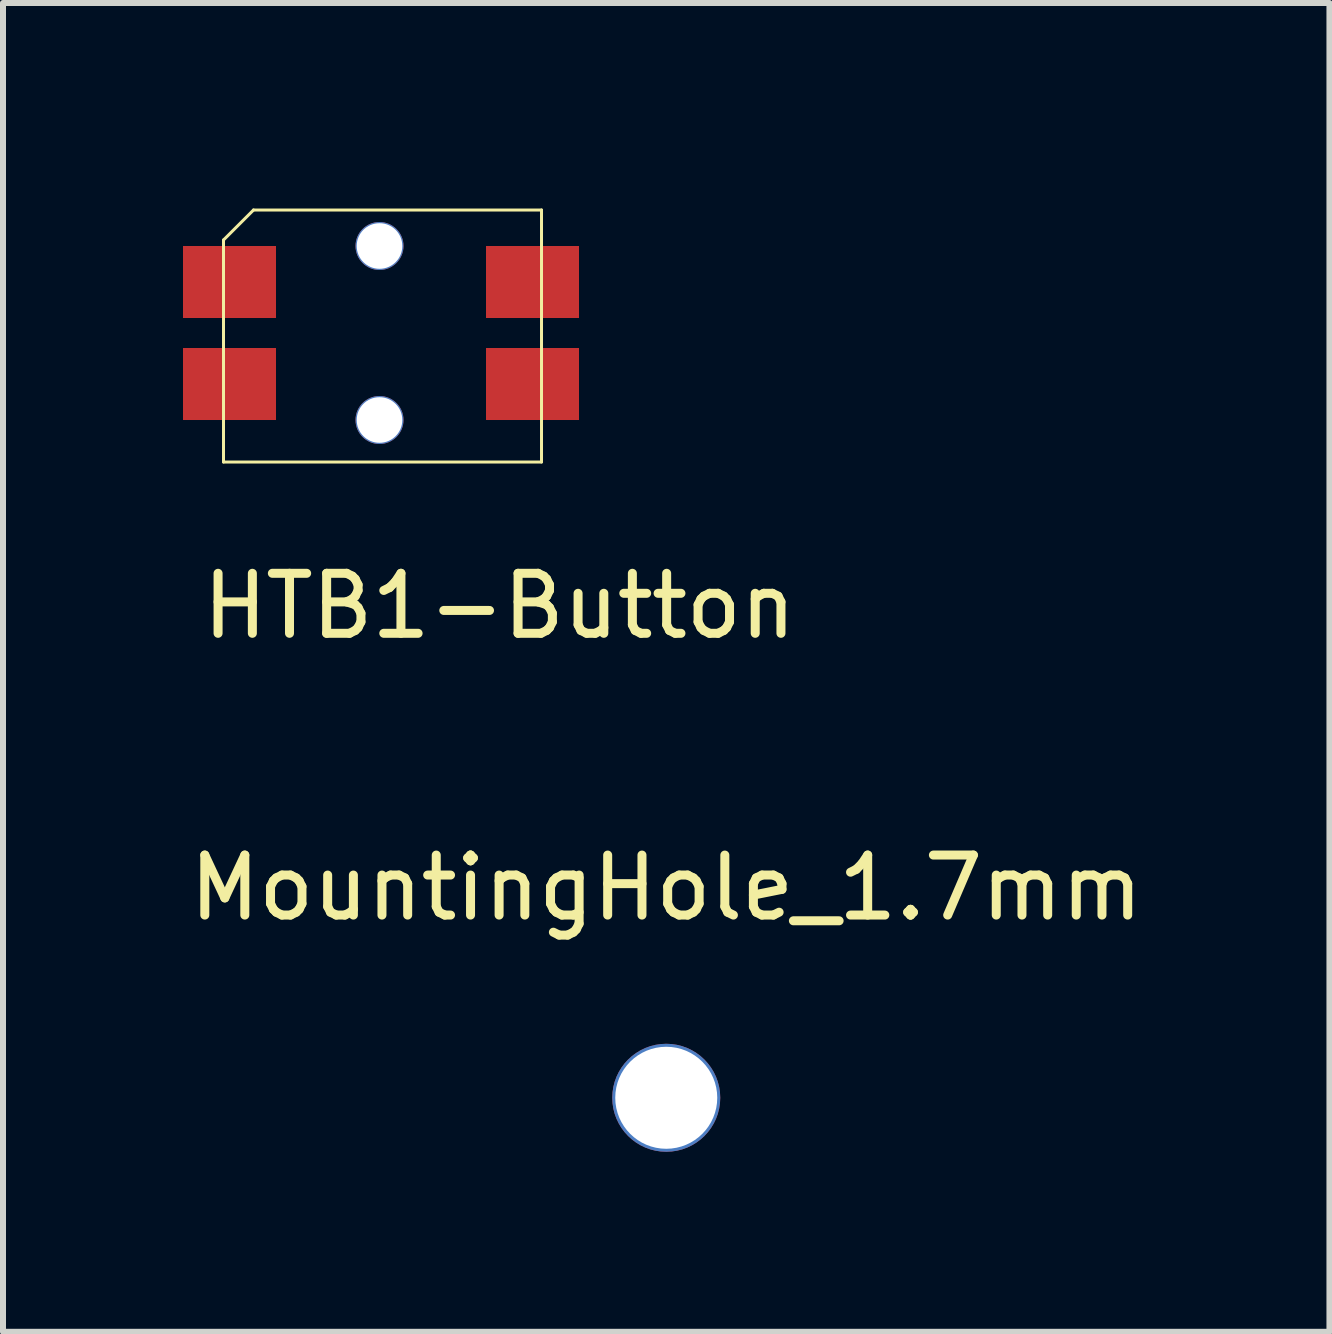
<source format=kicad_pcb>
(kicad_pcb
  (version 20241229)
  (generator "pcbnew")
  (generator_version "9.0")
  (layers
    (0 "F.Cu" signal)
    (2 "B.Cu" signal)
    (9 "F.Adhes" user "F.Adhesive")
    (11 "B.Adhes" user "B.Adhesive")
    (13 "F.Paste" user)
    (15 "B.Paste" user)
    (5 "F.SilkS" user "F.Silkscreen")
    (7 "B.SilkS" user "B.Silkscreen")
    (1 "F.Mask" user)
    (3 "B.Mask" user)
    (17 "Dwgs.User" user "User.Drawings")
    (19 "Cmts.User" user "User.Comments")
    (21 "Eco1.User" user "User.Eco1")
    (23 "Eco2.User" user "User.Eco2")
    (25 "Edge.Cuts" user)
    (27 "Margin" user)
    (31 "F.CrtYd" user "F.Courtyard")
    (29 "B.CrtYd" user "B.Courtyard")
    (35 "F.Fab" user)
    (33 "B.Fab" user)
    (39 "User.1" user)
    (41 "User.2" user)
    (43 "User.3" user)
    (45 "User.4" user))
  (footprint "MountingHole_1.7mm"
    (layer "F.Cu")
    (at 8.054 15.246)
    (property "Reference" "MountingHole_1.7mm" (at 0 -3.5 0) (layer "F.SilkS") (effects (font (size 1 1) (thickness 0.15))))
    (attr exclude_from_pos_files exclude_from_bom)
    (pad "" np_thru_hole circle (at 0 0) (size 1.8 1.8) (drill 1.7) (layers "*.Cu" "*.Mask")))
  (footprint "HTB1-Button"
    (layer "F.Cu")
    (at 4.975 0.25)
    (property "Reference" "HTB1-Button" (at 0.3 6.8 0) (layer "F.SilkS") (effects (font (size 1 1) (thickness 0.15))))
    (attr through_hole)
    (fp_line (start -4.3 0.7) (end -4.3 4.4) (stroke (width 0.05) (type solid)) (layer "F.SilkS"))
    (fp_line (start -4.3 0.7) (end -3.8 0.2) (stroke (width 0.05) (type solid)) (layer "F.SilkS"))
    (fp_line (start -3.8 0.2) (end 1 0.2) (stroke (width 0.05) (type solid)) (layer "F.SilkS"))
    (fp_line (start 1 0.2) (end 1 4.4) (stroke (width 0.05) (type solid)) (layer "F.SilkS"))
    (fp_line (start 1 4.4) (end -4.3 4.4) (stroke (width 0.05) (type solid)) (layer "F.SilkS"))
    (pad "" np_thru_hole circle (at -1.7 0.8) (size 0.8 0.8) (drill 0.76) (layers "*.Cu" "*.Mask"))
    (pad "" np_thru_hole circle (at -1.7 3.7) (size 0.8 0.8) (drill 0.76) (layers "*.Cu" "*.Mask"))
    (pad "1" smd rect (at -4.2 1.4) (size 1.55 1.2) (layers "F.Cu" "F.Mask" "F.Paste"))
    (pad "2" smd rect (at -4.2 3.1) (size 1.55 1.2) (layers "F.Cu" "F.Mask" "F.Paste"))
    (pad "3" smd rect (at 0.85 1.4) (size 1.55 1.2) (layers "F.Cu" "F.Mask" "F.Paste"))
    (pad "4" smd rect (at 0.85 3.1) (size 1.55 1.2) (layers "F.Cu" "F.Mask" "F.Paste")))
  (gr_rect
    (start -3 -3)
    (end 19.107 19.146)
    (stroke (width 0.1) (type default))
    (fill no)
    (layer "Edge.Cuts")))
</source>
